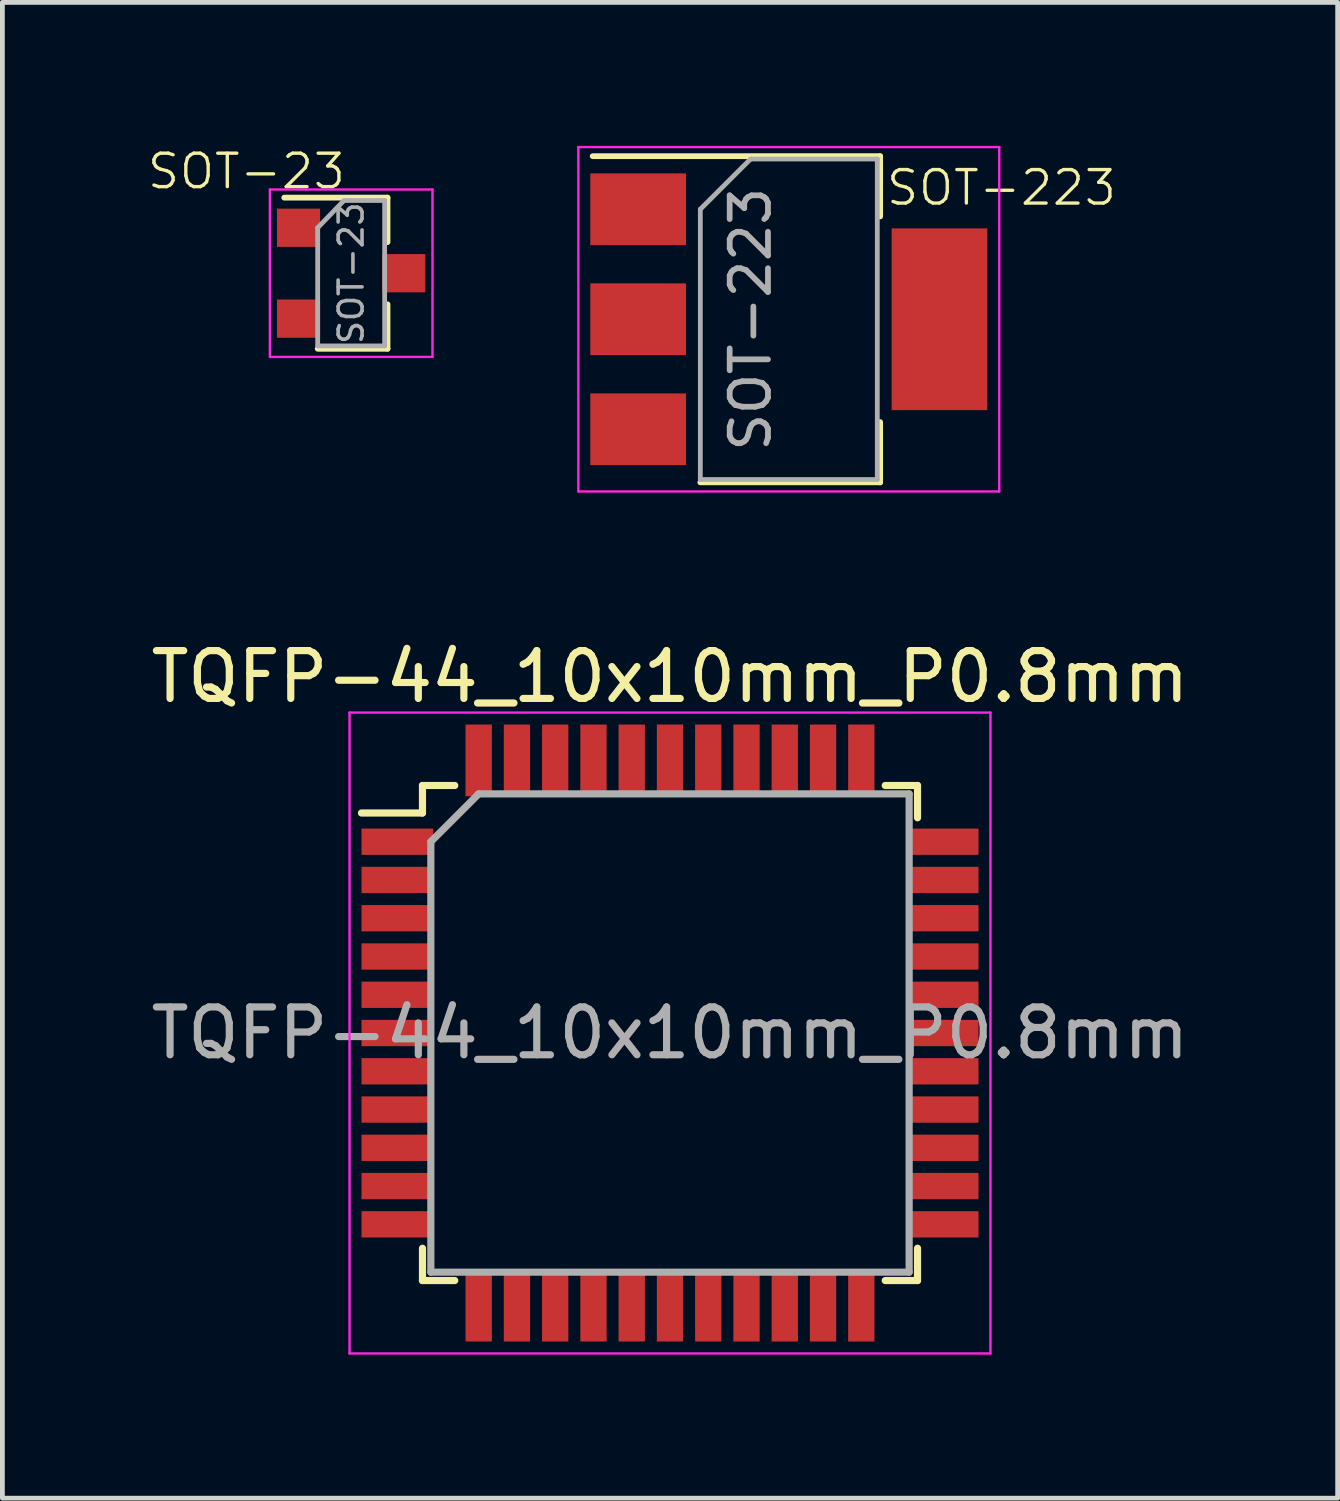
<source format=kicad_pcb>
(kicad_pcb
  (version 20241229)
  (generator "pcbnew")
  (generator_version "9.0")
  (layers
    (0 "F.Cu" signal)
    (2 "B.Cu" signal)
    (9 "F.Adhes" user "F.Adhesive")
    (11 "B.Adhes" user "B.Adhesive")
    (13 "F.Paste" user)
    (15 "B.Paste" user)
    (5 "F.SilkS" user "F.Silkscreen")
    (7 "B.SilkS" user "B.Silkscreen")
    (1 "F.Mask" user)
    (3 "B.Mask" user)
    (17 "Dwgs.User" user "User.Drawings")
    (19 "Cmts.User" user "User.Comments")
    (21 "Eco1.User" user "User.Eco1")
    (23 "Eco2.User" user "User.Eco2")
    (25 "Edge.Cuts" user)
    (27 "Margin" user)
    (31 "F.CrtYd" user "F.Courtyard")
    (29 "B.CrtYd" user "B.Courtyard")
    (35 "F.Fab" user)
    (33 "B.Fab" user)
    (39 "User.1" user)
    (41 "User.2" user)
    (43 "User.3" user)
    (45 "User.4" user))
  (footprint "TQFP-44_10x10mm_P0.8mm"
    (layer "F.Cu")
    (at 10.958 18.548)
    (property "Reference" "TQFP-44_10x10mm_P0.8mm" (at 0 -7.45 0) (layer "F.SilkS") (effects (font (size 1 1) (thickness 0.15))))
    (attr smd)
    (fp_line (start -5.175 -5.175) (end -5.175 -4.6) (stroke (width 0.15) (type solid)) (layer "F.SilkS"))
    (fp_line (start -5.175 -5.175) (end -4.5 -5.175) (stroke (width 0.15) (type solid)) (layer "F.SilkS"))
    (fp_line (start -5.175 -4.6) (end -6.45 -4.6) (stroke (width 0.15) (type solid)) (layer "F.SilkS"))
    (fp_line (start -5.175 5.175) (end -5.175 4.5) (stroke (width 0.15) (type solid)) (layer "F.SilkS"))
    (fp_line (start -5.175 5.175) (end -4.5 5.175) (stroke (width 0.15) (type solid)) (layer "F.SilkS"))
    (fp_line (start 5.175 -5.175) (end 4.5 -5.175) (stroke (width 0.15) (type solid)) (layer "F.SilkS"))
    (fp_line (start 5.175 -5.175) (end 5.175 -4.5) (stroke (width 0.15) (type solid)) (layer "F.SilkS"))
    (fp_line (start 5.175 5.175) (end 4.5 5.175) (stroke (width 0.15) (type solid)) (layer "F.SilkS"))
    (fp_line (start 5.175 5.175) (end 5.175 4.5) (stroke (width 0.15) (type solid)) (layer "F.SilkS"))
    (fp_line (start -6.7 -6.7) (end -6.7 6.7) (stroke (width 0.05) (type solid)) (layer "F.CrtYd"))
    (fp_line (start -6.7 -6.7) (end 6.7 -6.7) (stroke (width 0.05) (type solid)) (layer "F.CrtYd"))
    (fp_line (start -6.7 6.7) (end 6.7 6.7) (stroke (width 0.05) (type solid)) (layer "F.CrtYd"))
    (fp_line (start 6.7 -6.7) (end 6.7 6.7) (stroke (width 0.05) (type solid)) (layer "F.CrtYd"))
    (fp_line (start -5 -4) (end -4 -5) (stroke (width 0.15) (type solid)) (layer "F.Fab"))
    (fp_line (start -5 5) (end -5 -4) (stroke (width 0.15) (type solid)) (layer "F.Fab"))
    (fp_line (start -4 -5) (end 5 -5) (stroke (width 0.15) (type solid)) (layer "F.Fab"))
    (fp_line (start 5 -5) (end 5 5) (stroke (width 0.15) (type solid)) (layer "F.Fab"))
    (fp_line (start 5 5) (end -5 5) (stroke (width 0.15) (type solid)) (layer "F.Fab"))
    (fp_text user "${REFERENCE}" (at 0 0 0) (layer "F.Fab") (effects (font (size 1 1) (thickness 0.15))))
    (pad "1" smd rect (at -5.7 -4) (size 1.5 0.55) (layers "F.Cu" "F.Mask" "F.Paste"))
    (pad "2" smd rect (at -5.7 -3.2) (size 1.5 0.55) (layers "F.Cu" "F.Mask" "F.Paste"))
    (pad "3" smd rect (at -5.7 -2.4) (size 1.5 0.55) (layers "F.Cu" "F.Mask" "F.Paste"))
    (pad "4" smd rect (at -5.7 -1.6) (size 1.5 0.55) (layers "F.Cu" "F.Mask" "F.Paste"))
    (pad "5" smd rect (at -5.7 -0.8) (size 1.5 0.55) (layers "F.Cu" "F.Mask" "F.Paste"))
    (pad "6" smd rect (at -5.7 0) (size 1.5 0.55) (layers "F.Cu" "F.Mask" "F.Paste"))
    (pad "7" smd rect (at -5.7 0.8) (size 1.5 0.55) (layers "F.Cu" "F.Mask" "F.Paste"))
    (pad "8" smd rect (at -5.7 1.6) (size 1.5 0.55) (layers "F.Cu" "F.Mask" "F.Paste"))
    (pad "9" smd rect (at -5.7 2.4) (size 1.5 0.55) (layers "F.Cu" "F.Mask" "F.Paste"))
    (pad "10" smd rect (at -5.7 3.2) (size 1.5 0.55) (layers "F.Cu" "F.Mask" "F.Paste"))
    (pad "11" smd rect (at -5.7 4) (size 1.5 0.55) (layers "F.Cu" "F.Mask" "F.Paste"))
    (pad "12" smd rect (at -4 5.7 90) (size 1.5 0.55) (layers "F.Cu" "F.Mask" "F.Paste"))
    (pad "13" smd rect (at -3.2 5.7 90) (size 1.5 0.55) (layers "F.Cu" "F.Mask" "F.Paste"))
    (pad "14" smd rect (at -2.4 5.7 90) (size 1.5 0.55) (layers "F.Cu" "F.Mask" "F.Paste"))
    (pad "15" smd rect (at -1.6 5.7 90) (size 1.5 0.55) (layers "F.Cu" "F.Mask" "F.Paste"))
    (pad "16" smd rect (at -0.8 5.7 90) (size 1.5 0.55) (layers "F.Cu" "F.Mask" "F.Paste"))
    (pad "17" smd rect (at 0 5.7 90) (size 1.5 0.55) (layers "F.Cu" "F.Mask" "F.Paste"))
    (pad "18" smd rect (at 0.8 5.7 90) (size 1.5 0.55) (layers "F.Cu" "F.Mask" "F.Paste"))
    (pad "19" smd rect (at 1.6 5.7 90) (size 1.5 0.55) (layers "F.Cu" "F.Mask" "F.Paste"))
    (pad "20" smd rect (at 2.4 5.7 90) (size 1.5 0.55) (layers "F.Cu" "F.Mask" "F.Paste"))
    (pad "21" smd rect (at 3.2 5.7 90) (size 1.5 0.55) (layers "F.Cu" "F.Mask" "F.Paste"))
    (pad "22" smd rect (at 4 5.7 90) (size 1.5 0.55) (layers "F.Cu" "F.Mask" "F.Paste"))
    (pad "23" smd rect (at 5.7 4) (size 1.5 0.55) (layers "F.Cu" "F.Mask" "F.Paste"))
    (pad "24" smd rect (at 5.7 3.2) (size 1.5 0.55) (layers "F.Cu" "F.Mask" "F.Paste"))
    (pad "25" smd rect (at 5.7 2.4) (size 1.5 0.55) (layers "F.Cu" "F.Mask" "F.Paste"))
    (pad "26" smd rect (at 5.7 1.6) (size 1.5 0.55) (layers "F.Cu" "F.Mask" "F.Paste"))
    (pad "27" smd rect (at 5.7 0.8) (size 1.5 0.55) (layers "F.Cu" "F.Mask" "F.Paste"))
    (pad "28" smd rect (at 5.7 0) (size 1.5 0.55) (layers "F.Cu" "F.Mask" "F.Paste"))
    (pad "29" smd rect (at 5.7 -0.8) (size 1.5 0.55) (layers "F.Cu" "F.Mask" "F.Paste"))
    (pad "30" smd rect (at 5.7 -1.6) (size 1.5 0.55) (layers "F.Cu" "F.Mask" "F.Paste"))
    (pad "31" smd rect (at 5.7 -2.4) (size 1.5 0.55) (layers "F.Cu" "F.Mask" "F.Paste"))
    (pad "32" smd rect (at 5.7 -3.2) (size 1.5 0.55) (layers "F.Cu" "F.Mask" "F.Paste"))
    (pad "33" smd rect (at 5.7 -4) (size 1.5 0.55) (layers "F.Cu" "F.Mask" "F.Paste"))
    (pad "34" smd rect (at 4 -5.7 90) (size 1.5 0.55) (layers "F.Cu" "F.Mask" "F.Paste"))
    (pad "35" smd rect (at 3.2 -5.7 90) (size 1.5 0.55) (layers "F.Cu" "F.Mask" "F.Paste"))
    (pad "36" smd rect (at 2.4 -5.7 90) (size 1.5 0.55) (layers "F.Cu" "F.Mask" "F.Paste"))
    (pad "37" smd rect (at 1.6 -5.7 90) (size 1.5 0.55) (layers "F.Cu" "F.Mask" "F.Paste"))
    (pad "38" smd rect (at 0.8 -5.7 90) (size 1.5 0.55) (layers "F.Cu" "F.Mask" "F.Paste"))
    (pad "39" smd rect (at 0 -5.7 90) (size 1.5 0.55) (layers "F.Cu" "F.Mask" "F.Paste"))
    (pad "40" smd rect (at -0.8 -5.7 90) (size 1.5 0.55) (layers "F.Cu" "F.Mask" "F.Paste"))
    (pad "41" smd rect (at -1.6 -5.7 90) (size 1.5 0.55) (layers "F.Cu" "F.Mask" "F.Paste"))
    (pad "42" smd rect (at -2.4 -5.7 90) (size 1.5 0.55) (layers "F.Cu" "F.Mask" "F.Paste"))
    (pad "43" smd rect (at -3.2 -5.7 90) (size 1.5 0.55) (layers "F.Cu" "F.Mask" "F.Paste"))
    (pad "44" smd rect (at -4 -5.7 90) (size 1.5 0.55) (layers "F.Cu" "F.Mask" "F.Paste")))
  (footprint "SOT-23"
    (layer "F.Cu")
    (at 4.292 2.662)
    (property "Reference" "SOT-23" (at -2.19 -2.13 0) (layer "F.SilkS") (effects (font (size 0.7 0.7) (thickness 0.07))))
    (attr smd)
    (fp_line (start 0.76 -1.58) (end -1.4 -1.58) (stroke (width 0.12) (type solid)) (layer "F.SilkS"))
    (fp_line (start 0.76 -1.58) (end 0.76 -0.65) (stroke (width 0.12) (type solid)) (layer "F.SilkS"))
    (fp_line (start 0.76 1.58) (end -0.7 1.58) (stroke (width 0.12) (type solid)) (layer "F.SilkS"))
    (fp_line (start 0.76 1.58) (end 0.76 0.65) (stroke (width 0.12) (type solid)) (layer "F.SilkS"))
    (fp_line (start -1.7 -1.75) (end 1.7 -1.75) (stroke (width 0.05) (type solid)) (layer "F.CrtYd"))
    (fp_line (start -1.7 1.75) (end -1.7 -1.75) (stroke (width 0.05) (type solid)) (layer "F.CrtYd"))
    (fp_line (start 1.7 -1.75) (end 1.7 1.75) (stroke (width 0.05) (type solid)) (layer "F.CrtYd"))
    (fp_line (start 1.7 1.75) (end -1.7 1.75) (stroke (width 0.05) (type solid)) (layer "F.CrtYd"))
    (fp_line (start -0.7 -0.95) (end -0.7 1.5) (stroke (width 0.1) (type solid)) (layer "F.Fab"))
    (fp_line (start -0.7 -0.95) (end -0.15 -1.52) (stroke (width 0.1) (type solid)) (layer "F.Fab"))
    (fp_line (start -0.7 1.52) (end 0.7 1.52) (stroke (width 0.1) (type solid)) (layer "F.Fab"))
    (fp_line (start -0.15 -1.52) (end 0.7 -1.52) (stroke (width 0.1) (type solid)) (layer "F.Fab"))
    (fp_line (start 0.7 -1.52) (end 0.7 1.52) (stroke (width 0.1) (type solid)) (layer "F.Fab"))
    (fp_text user "${REFERENCE}" (at 0 0 90) (layer "F.Fab") (effects (font (size 0.5 0.5) (thickness 0.075))))
    (pad "1" smd rect (at -1.1 -0.95) (size 0.9 0.8) (layers "F.Cu" "F.Mask" "F.Paste"))
    (pad "2" smd rect (at -1.1 0.95) (size 0.9 0.8) (layers "F.Cu" "F.Mask" "F.Paste"))
    (pad "3" smd rect (at 1.1 0) (size 0.9 0.8) (layers "F.Cu" "F.Mask" "F.Paste")))
  (footprint "SOT-223"
    (layer "F.Cu")
    (at 13.442 3.625)
    (property "Reference" "SOT-223" (at 2 -2.75 0) (layer "F.SilkS") (effects (font (size 0.7 0.7) (thickness 0.07)) (justify left)))
    (attr smd)
    (fp_line (start -4.1 -3.41) (end 1.91 -3.41) (stroke (width 0.12) (type solid)) (layer "F.SilkS"))
    (fp_line (start -1.85 3.41) (end 1.91 3.41) (stroke (width 0.12) (type solid)) (layer "F.SilkS"))
    (fp_line (start 1.91 -3.41) (end 1.91 -2.15) (stroke (width 0.12) (type solid)) (layer "F.SilkS"))
    (fp_line (start 1.91 3.41) (end 1.91 2.15) (stroke (width 0.12) (type solid)) (layer "F.SilkS"))
    (fp_line (start -4.4 -3.6) (end -4.4 3.6) (stroke (width 0.05) (type solid)) (layer "F.CrtYd"))
    (fp_line (start -4.4 3.6) (end 4.4 3.6) (stroke (width 0.05) (type solid)) (layer "F.CrtYd"))
    (fp_line (start 4.4 -3.6) (end -4.4 -3.6) (stroke (width 0.05) (type solid)) (layer "F.CrtYd"))
    (fp_line (start 4.4 3.6) (end 4.4 -3.6) (stroke (width 0.05) (type solid)) (layer "F.CrtYd"))
    (fp_line (start -1.85 -2.3) (end -1.85 3.35) (stroke (width 0.1) (type solid)) (layer "F.Fab"))
    (fp_line (start -1.85 -2.3) (end -0.8 -3.35) (stroke (width 0.1) (type solid)) (layer "F.Fab"))
    (fp_line (start -1.85 3.35) (end 1.85 3.35) (stroke (width 0.1) (type solid)) (layer "F.Fab"))
    (fp_line (start -0.8 -3.35) (end 1.85 -3.35) (stroke (width 0.1) (type solid)) (layer "F.Fab"))
    (fp_line (start 1.85 -3.35) (end 1.85 3.35) (stroke (width 0.1) (type solid)) (layer "F.Fab"))
    (fp_text user "${REFERENCE}" (at -0.8 0 90) (layer "F.Fab") (effects (font (size 0.8 0.8) (thickness 0.12))))
    (pad "1" smd rect (at -3.15 -2.3) (size 2 1.5) (layers "F.Cu" "F.Mask" "F.Paste"))
    (pad "2" smd rect (at -3.15 0) (size 2 1.5) (layers "F.Cu" "F.Mask" "F.Paste"))
    (pad "3" smd rect (at -3.15 2.3) (size 2 1.5) (layers "F.Cu" "F.Mask" "F.Paste"))
    (pad "4" smd rect (at 3.15 0) (size 2 3.8) (layers "F.Cu" "F.Mask" "F.Paste")))
  (gr_rect
    (start -3 -3)
    (end 24.917 28.273)
    (stroke (width 0.1) (type default))
    (fill no)
    (layer "Edge.Cuts")))
</source>
